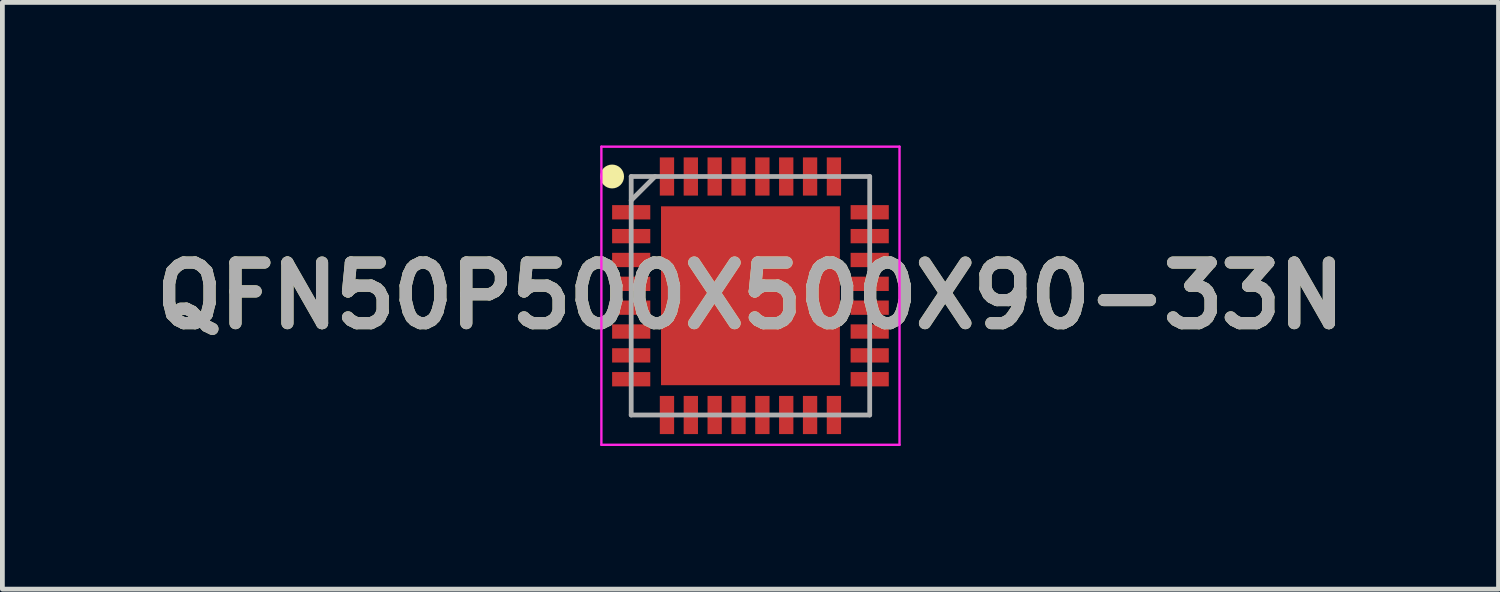
<source format=kicad_pcb>
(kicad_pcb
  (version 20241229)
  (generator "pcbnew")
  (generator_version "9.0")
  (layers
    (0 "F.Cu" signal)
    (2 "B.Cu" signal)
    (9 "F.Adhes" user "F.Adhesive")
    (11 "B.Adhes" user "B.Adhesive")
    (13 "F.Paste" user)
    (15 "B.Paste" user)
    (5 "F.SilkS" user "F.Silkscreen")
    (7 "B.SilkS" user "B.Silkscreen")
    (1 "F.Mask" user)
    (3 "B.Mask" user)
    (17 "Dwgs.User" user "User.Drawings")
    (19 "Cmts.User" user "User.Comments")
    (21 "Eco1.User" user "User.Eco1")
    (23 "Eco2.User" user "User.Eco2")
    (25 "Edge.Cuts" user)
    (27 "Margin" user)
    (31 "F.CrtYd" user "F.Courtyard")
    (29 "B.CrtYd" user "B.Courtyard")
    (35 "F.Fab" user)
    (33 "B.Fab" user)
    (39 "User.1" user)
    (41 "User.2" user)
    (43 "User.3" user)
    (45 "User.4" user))
  (footprint "QFN50P500X500X90-33N"
    (layer "F.Cu")
    (at 12.682 3.15)
    (property "Reference" "QFN50P500X500X90-33N" (at 0 0 0) (layer "F.SilkS") (effects (font (size 1.27 1.27) (thickness 0.254))))
    (attr smd)
    (fp_circle (center -2.9 -2.5) (end -2.9 -2.375) (stroke (width 0.25) (type solid)) (fill no) (layer "F.SilkS"))
    (fp_line (start -3.125 -3.125) (end 3.125 -3.125) (stroke (width 0.05) (type solid)) (layer "F.CrtYd"))
    (fp_line (start -3.125 3.125) (end -3.125 -3.125) (stroke (width 0.05) (type solid)) (layer "F.CrtYd"))
    (fp_line (start 3.125 -3.125) (end 3.125 3.125) (stroke (width 0.05) (type solid)) (layer "F.CrtYd"))
    (fp_line (start 3.125 3.125) (end -3.125 3.125) (stroke (width 0.05) (type solid)) (layer "F.CrtYd"))
    (fp_line (start -2.5 -2.5) (end 2.5 -2.5) (stroke (width 0.1) (type solid)) (layer "F.Fab"))
    (fp_line (start -2.5 -2) (end -2 -2.5) (stroke (width 0.1) (type solid)) (layer "F.Fab"))
    (fp_line (start -2.5 2.5) (end -2.5 -2.5) (stroke (width 0.1) (type solid)) (layer "F.Fab"))
    (fp_line (start 2.5 -2.5) (end 2.5 2.5) (stroke (width 0.1) (type solid)) (layer "F.Fab"))
    (fp_line (start 2.5 2.5) (end -2.5 2.5) (stroke (width 0.1) (type solid)) (layer "F.Fab"))
    (fp_text user "${REFERENCE}" (at 0 0 0) (layer "F.Fab") (effects (font (size 1.27 1.27) (thickness 0.254))))
    (pad "1" smd rect (at -2.5 -1.75 90) (size 0.3 0.8) (layers "F.Cu" "F.Mask" "F.Paste"))
    (pad "2" smd rect (at -2.5 -1.25 90) (size 0.3 0.8) (layers "F.Cu" "F.Mask" "F.Paste"))
    (pad "3" smd rect (at -2.5 -0.75 90) (size 0.3 0.8) (layers "F.Cu" "F.Mask" "F.Paste"))
    (pad "4" smd rect (at -2.5 -0.25 90) (size 0.3 0.8) (layers "F.Cu" "F.Mask" "F.Paste"))
    (pad "5" smd rect (at -2.5 0.25 90) (size 0.3 0.8) (layers "F.Cu" "F.Mask" "F.Paste"))
    (pad "6" smd rect (at -2.5 0.75 90) (size 0.3 0.8) (layers "F.Cu" "F.Mask" "F.Paste"))
    (pad "7" smd rect (at -2.5 1.25 90) (size 0.3 0.8) (layers "F.Cu" "F.Mask" "F.Paste"))
    (pad "8" smd rect (at -2.5 1.75 90) (size 0.3 0.8) (layers "F.Cu" "F.Mask" "F.Paste"))
    (pad "9" smd rect (at -1.75 2.5) (size 0.3 0.8) (layers "F.Cu" "F.Mask" "F.Paste"))
    (pad "10" smd rect (at -1.25 2.5) (size 0.3 0.8) (layers "F.Cu" "F.Mask" "F.Paste"))
    (pad "11" smd rect (at -0.75 2.5) (size 0.3 0.8) (layers "F.Cu" "F.Mask" "F.Paste"))
    (pad "12" smd rect (at -0.25 2.5) (size 0.3 0.8) (layers "F.Cu" "F.Mask" "F.Paste"))
    (pad "13" smd rect (at 0.25 2.5) (size 0.3 0.8) (layers "F.Cu" "F.Mask" "F.Paste"))
    (pad "14" smd rect (at 0.75 2.5) (size 0.3 0.8) (layers "F.Cu" "F.Mask" "F.Paste"))
    (pad "15" smd rect (at 1.25 2.5) (size 0.3 0.8) (layers "F.Cu" "F.Mask" "F.Paste"))
    (pad "16" smd rect (at 1.75 2.5) (size 0.3 0.8) (layers "F.Cu" "F.Mask" "F.Paste"))
    (pad "17" smd rect (at 2.5 1.75 90) (size 0.3 0.8) (layers "F.Cu" "F.Mask" "F.Paste"))
    (pad "18" smd rect (at 2.5 1.25 90) (size 0.3 0.8) (layers "F.Cu" "F.Mask" "F.Paste"))
    (pad "19" smd rect (at 2.5 0.75 90) (size 0.3 0.8) (layers "F.Cu" "F.Mask" "F.Paste"))
    (pad "20" smd rect (at 2.5 0.25 90) (size 0.3 0.8) (layers "F.Cu" "F.Mask" "F.Paste"))
    (pad "21" smd rect (at 2.5 -0.25 90) (size 0.3 0.8) (layers "F.Cu" "F.Mask" "F.Paste"))
    (pad "22" smd rect (at 2.5 -0.75 90) (size 0.3 0.8) (layers "F.Cu" "F.Mask" "F.Paste"))
    (pad "23" smd rect (at 2.5 -1.25 90) (size 0.3 0.8) (layers "F.Cu" "F.Mask" "F.Paste"))
    (pad "24" smd rect (at 2.5 -1.75 90) (size 0.3 0.8) (layers "F.Cu" "F.Mask" "F.Paste"))
    (pad "25" smd rect (at 1.75 -2.5) (size 0.3 0.8) (layers "F.Cu" "F.Mask" "F.Paste"))
    (pad "26" smd rect (at 1.25 -2.5) (size 0.3 0.8) (layers "F.Cu" "F.Mask" "F.Paste"))
    (pad "27" smd rect (at 0.75 -2.5) (size 0.3 0.8) (layers "F.Cu" "F.Mask" "F.Paste"))
    (pad "28" smd rect (at 0.25 -2.5) (size 0.3 0.8) (layers "F.Cu" "F.Mask" "F.Paste"))
    (pad "29" smd rect (at -0.25 -2.5) (size 0.3 0.8) (layers "F.Cu" "F.Mask" "F.Paste"))
    (pad "30" smd rect (at -0.75 -2.5) (size 0.3 0.8) (layers "F.Cu" "F.Mask" "F.Paste"))
    (pad "31" smd rect (at -1.25 -2.5) (size 0.3 0.8) (layers "F.Cu" "F.Mask" "F.Paste"))
    (pad "32" smd rect (at -1.75 -2.5) (size 0.3 0.8) (layers "F.Cu" "F.Mask" "F.Paste"))
    (pad "33" smd rect (at 0 0) (size 3.75 3.75) (layers "F.Cu" "F.Mask" "F.Paste")))
  (gr_rect
    (start -3 -3)
    (end 28.364 9.3)
    (stroke (width 0.1) (type default))
    (fill no)
    (layer "Edge.Cuts")))
</source>
